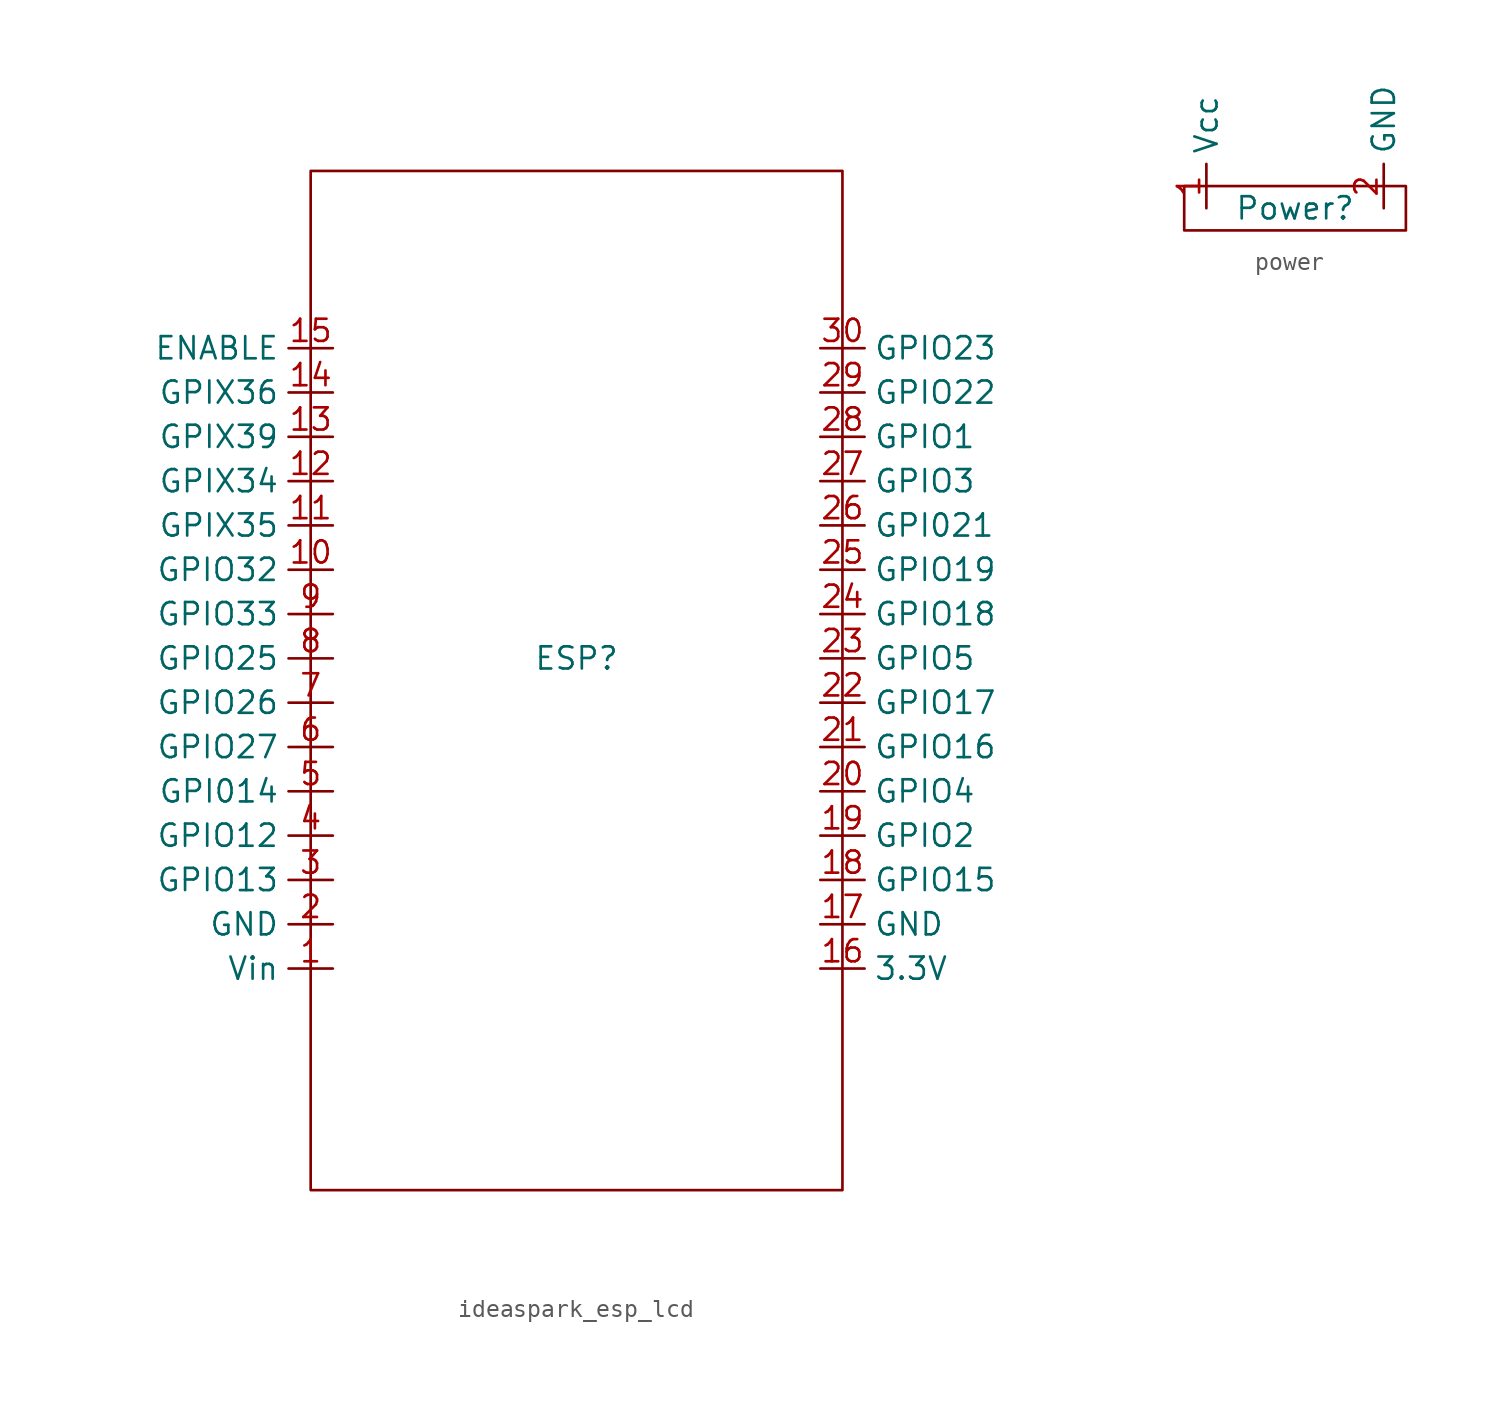
<source format=kicad_sym>
(kicad_symbol_lib
  (version 20241209)
  (generator "kicad_symbol_editor")
  (generator_version "9.0")
  (symbol "ideaspark_esp_lcd"
    (property "Reference" "ESP"
      (at 0 0 0)
      (effects (font (size 1.27 1.27))))
    (property "Value" ""
      (at 0 0 0)
      (effects (font (size 1.27 1.27))))
    (symbol "ideaspark_esp_lcd_0_1"
      (rectangle (start -15.24 27.94) (end 15.24 -30.48) (stroke (width 0) (type default)) (fill (type none))))
    (symbol "ideaspark_esp_lcd_1_1"
      (pin passive line (at -13.97 17.78 180) (length 2.54) (name "ENABLE" (effects (font (size 1.27 1.27)))) (number "15" (effects (font (size 1.27 1.27)))))
      (pin passive line (at -13.97 15.24 180) (length 2.54) (name "GPIX36" (effects (font (size 1.27 1.27)))) (number "14" (effects (font (size 1.27 1.27)))))
      (pin passive line (at -13.97 12.7 180) (length 2.54) (name "GPIX39" (effects (font (size 1.27 1.27)))) (number "13" (effects (font (size 1.27 1.27)))))
      (pin passive line (at -13.97 10.16 180) (length 2.54) (name "GPIX34" (effects (font (size 1.27 1.27)))) (number "12" (effects (font (size 1.27 1.27)))))
      (pin passive line (at -13.97 7.62 180) (length 2.54) (name "GPIX35" (effects (font (size 1.27 1.27)))) (number "11" (effects (font (size 1.27 1.27)))))
      (pin passive line (at -13.97 5.08 180) (length 2.54) (name "GPIO32" (effects (font (size 1.27 1.27)))) (number "10" (effects (font (size 1.27 1.27)))))
      (pin passive line (at -13.97 2.54 180) (length 2.54) (name "GPIO33" (effects (font (size 1.27 1.27)))) (number "9" (effects (font (size 1.27 1.27)))))
      (pin passive line (at -13.97 0 180) (length 2.54) (name "GPIO25" (effects (font (size 1.27 1.27)))) (number "8" (effects (font (size 1.27 1.27)))))
      (pin passive line (at -13.97 -2.54 180) (length 2.54) (name "GPIO26" (effects (font (size 1.27 1.27)))) (number "7" (effects (font (size 1.27 1.27)))))
      (pin passive line (at -13.97 -5.08 180) (length 2.54) (name "GPIO27" (effects (font (size 1.27 1.27)))) (number "6" (effects (font (size 1.27 1.27)))))
      (pin passive line (at -13.97 -7.62 180) (length 2.54) (name "GPI014" (effects (font (size 1.27 1.27)))) (number "5" (effects (font (size 1.27 1.27)))))
      (pin passive line (at -13.97 -10.16 180) (length 2.54) (name "GPIO12" (effects (font (size 1.27 1.27)))) (number "4" (effects (font (size 1.27 1.27)))))
      (pin passive line (at -13.97 -12.7 180) (length 2.54) (name "GPIO13" (effects (font (size 1.27 1.27)))) (number "3" (effects (font (size 1.27 1.27)))))
      (pin passive line (at -13.97 -15.24 180) (length 2.54) (name "GND" (effects (font (size 1.27 1.27)))) (number "2" (effects (font (size 1.27 1.27)))))
      (pin passive line (at -13.97 -17.78 180) (length 2.54) (name "Vin" (effects (font (size 1.27 1.27)))) (number "1" (effects (font (size 1.27 1.27)))))
      (pin passive line (at 13.97 17.78 0) (length 2.54) (name "GPIO23" (effects (font (size 1.27 1.27)))) (number "30" (effects (font (size 1.27 1.27)))))
      (pin passive line (at 13.97 15.24 0) (length 2.54) (name "GPIO22" (effects (font (size 1.27 1.27)))) (number "29" (effects (font (size 1.27 1.27)))))
      (pin passive line (at 13.97 12.7 0) (length 2.54) (name "GPIO1" (effects (font (size 1.27 1.27)))) (number "28" (effects (font (size 1.27 1.27)))))
      (pin passive line (at 13.97 10.16 0) (length 2.54) (name "GPIO3" (effects (font (size 1.27 1.27)))) (number "27" (effects (font (size 1.27 1.27)))))
      (pin passive line (at 13.97 7.62 0) (length 2.54) (name "GPI021" (effects (font (size 1.27 1.27)))) (number "26" (effects (font (size 1.27 1.27)))))
      (pin passive line (at 13.97 5.08 0) (length 2.54) (name "GPIO19" (effects (font (size 1.27 1.27)))) (number "25" (effects (font (size 1.27 1.27)))))
      (pin passive line (at 13.97 2.54 0) (length 2.54) (name "GPIO18" (effects (font (size 1.27 1.27)))) (number "24" (effects (font (size 1.27 1.27)))))
      (pin passive line (at 13.97 0 0) (length 2.54) (name "GPIO5" (effects (font (size 1.27 1.27)))) (number "23" (effects (font (size 1.27 1.27)))))
      (pin passive line (at 13.97 -2.54 0) (length 2.54) (name "GPIO17" (effects (font (size 1.27 1.27)))) (number "22" (effects (font (size 1.27 1.27)))))
      (pin passive line (at 13.97 -5.08 0) (length 2.54) (name "GPIO16" (effects (font (size 1.27 1.27)))) (number "21" (effects (font (size 1.27 1.27)))))
      (pin passive line (at 13.97 -7.62 0) (length 2.54) (name "GPIO4" (effects (font (size 1.27 1.27)))) (number "20" (effects (font (size 1.27 1.27)))))
      (pin passive line (at 13.97 -10.16 0) (length 2.54) (name "GPIO2" (effects (font (size 1.27 1.27)))) (number "19" (effects (font (size 1.27 1.27)))))
      (pin passive line (at 13.97 -12.7 0) (length 2.54) (name "GPIO15" (effects (font (size 1.27 1.27)))) (number "18" (effects (font (size 1.27 1.27)))))
      (pin passive line (at 13.97 -15.24 0) (length 2.54) (name "GND" (effects (font (size 1.27 1.27)))) (number "17" (effects (font (size 1.27 1.27)))))
      (pin passive line (at 13.97 -17.78 0) (length 2.54) (name "3.3V" (effects (font (size 1.27 1.27)))) (number "16" (effects (font (size 1.27 1.27)))))))
  (symbol "power"
    (property "Reference" "Power"
      (at 0 0 0)
      (effects (font (size 1.27 1.27))))
    (property "Value" ""
      (at 0 0 0)
      (effects (font (size 1.27 1.27))))
    (symbol "power_0_1"
      (rectangle (start -6.35 1.27) (end 6.35 -1.27) (stroke (width 0) (type default)) (fill (type none))))
    (symbol "power_1_1"
      (pin passive line (at -5.08 0 90) (length 2.54) (name "Vcc" (effects (font (size 1.27 1.27)))) (number "1" (effects (font (size 1.27 1.27)))))
      (pin passive line (at 5.08 0 90) (length 2.54) (name "GND" (effects (font (size 1.27 1.27)))) (number "2" (effects (font (size 1.27 1.27))))))))
</source>
